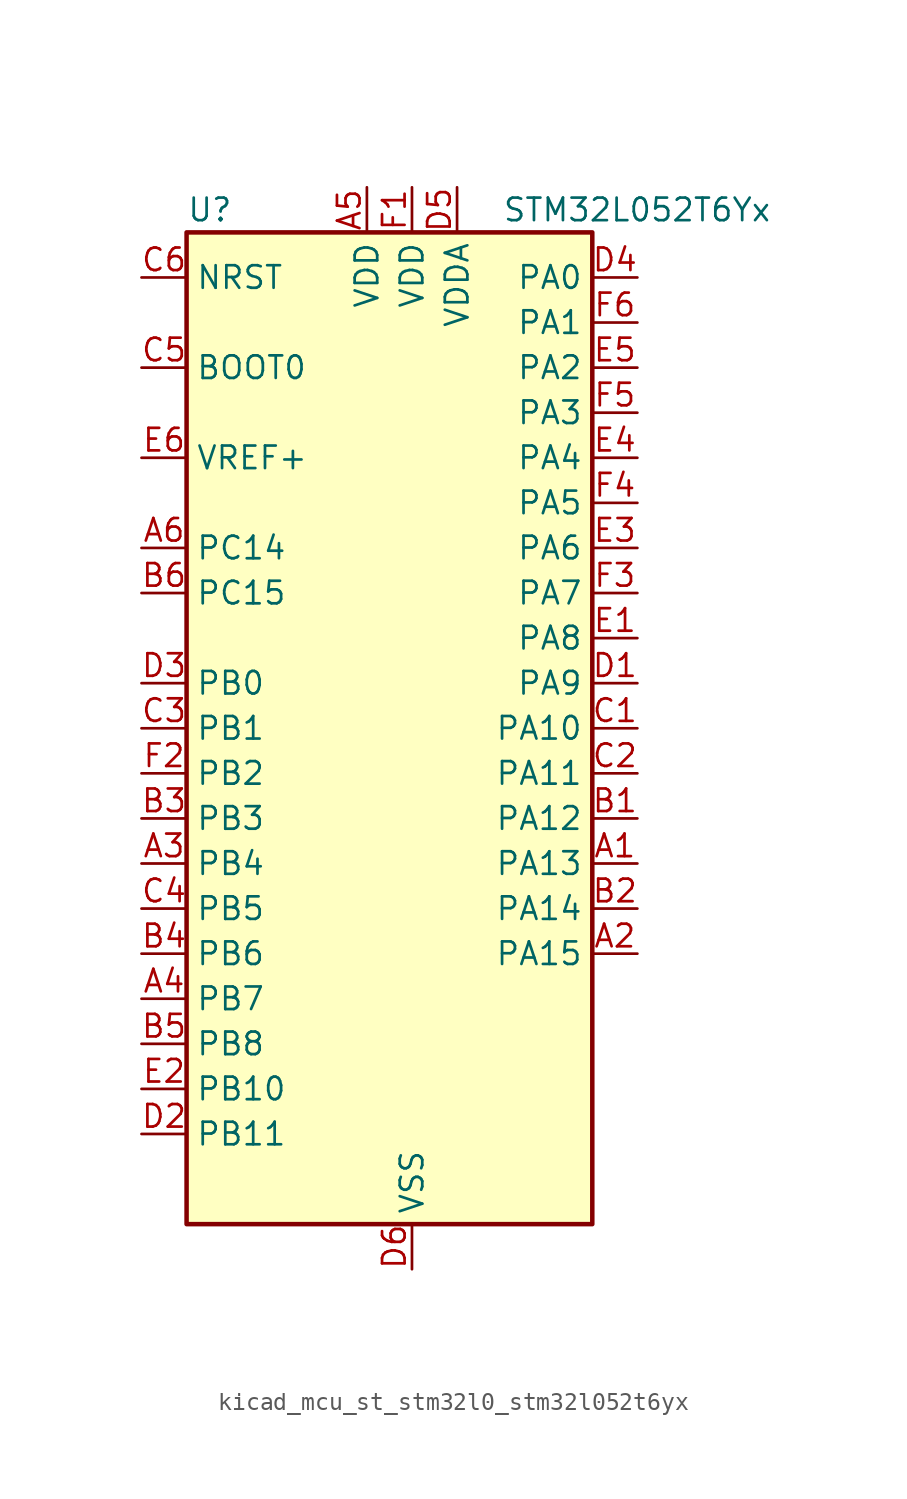
<source format=kicad_sym>
(kicad_symbol_lib
  (version 20220914)
  (generator kicad_symbol_editor)
  (symbol "kicad_mcu_st_stm32l0_stm32l052t6yx"
    (property "Reference" "U"
      (at -10.16 29.21 0)
      (effects (font (size 1.27 1.27)) (justify left)))
    (property "Value" "STM32L052T6Yx"
      (at 7.62 29.21 0)
      (effects (font (size 1.27 1.27)) (justify left)))
    (property "ki_locked" ""
      (at 0 0 0)
      (effects (font (size 1.27 1.27))))
    (symbol "kicad_mcu_st_stm32l0_stm32l052t6yx_0_1"
      (rectangle (start -10.16 -27.94) (end 12.7 27.94) (stroke (width 0.254) (type default)) (fill (type background))))
    (symbol "kicad_mcu_st_stm32l0_stm32l052t6yx_1_1"
      (pin bidirectional line (at 15.24 -7.62 180) (length 2.54) (name "PA13" (effects (font (size 1.27 1.27)))) (number "A1" (effects (font (size 1.27 1.27)))) (alternate "SYS_SWDIO" bidirectional line) (alternate "USB_NOE" bidirectional line))
      (pin bidirectional line (at 15.24 -12.7 180) (length 2.54) (name "PA15" (effects (font (size 1.27 1.27)))) (number "A2" (effects (font (size 1.27 1.27)))) (alternate "SPI1_NSS" bidirectional line) (alternate "TIM2_CH1" bidirectional line) (alternate "TIM2_ETR" bidirectional line) (alternate "USART2_RX" bidirectional line))
      (pin bidirectional line (at -12.7 -7.62 0) (length 2.54) (name "PB4" (effects (font (size 1.27 1.27)))) (number "A3" (effects (font (size 1.27 1.27)))) (alternate "COMP2_INP" bidirectional line) (alternate "SPI1_MISO" bidirectional line) (alternate "TIM22_CH1" bidirectional line) (alternate "TSC_G5_IO2" bidirectional line))
      (pin bidirectional line (at -12.7 -15.24 0) (length 2.54) (name "PB7" (effects (font (size 1.27 1.27)))) (number "A4" (effects (font (size 1.27 1.27)))) (alternate "COMP2_INP" bidirectional line) (alternate "I2C1_SDA" bidirectional line) (alternate "LPTIM1_IN2" bidirectional line) (alternate "SYS_PVD_IN" bidirectional line) (alternate "TSC_G5_IO4" bidirectional line) (alternate "USART1_RX" bidirectional line))
      (pin power_in line (at 0 30.48 270) (length 2.54) (name "VDD" (effects (font (size 1.27 1.27)))) (number "A5" (effects (font (size 1.27 1.27)))))
      (pin bidirectional line (at -12.7 10.16 0) (length 2.54) (name "PC14" (effects (font (size 1.27 1.27)))) (number "A6" (effects (font (size 1.27 1.27)))) (alternate "RCC_OSC32_IN" bidirectional line))
      (pin bidirectional line (at 15.24 -5.08 180) (length 2.54) (name "PA12" (effects (font (size 1.27 1.27)))) (number "B1" (effects (font (size 1.27 1.27)))) (alternate "COMP2_OUT" bidirectional line) (alternate "SPI1_MOSI" bidirectional line) (alternate "TSC_G4_IO4" bidirectional line) (alternate "USART1_DE" bidirectional line) (alternate "USART1_RTS" bidirectional line) (alternate "USB_DP" bidirectional line))
      (pin bidirectional line (at 15.24 -10.16 180) (length 2.54) (name "PA14" (effects (font (size 1.27 1.27)))) (number "B2" (effects (font (size 1.27 1.27)))) (alternate "SYS_SWCLK" bidirectional line) (alternate "USART2_TX" bidirectional line))
      (pin bidirectional line (at -12.7 -5.08 0) (length 2.54) (name "PB3" (effects (font (size 1.27 1.27)))) (number "B3" (effects (font (size 1.27 1.27)))) (alternate "COMP2_INM" bidirectional line) (alternate "SPI1_SCK" bidirectional line) (alternate "TIM2_CH2" bidirectional line) (alternate "TSC_G5_IO1" bidirectional line))
      (pin bidirectional line (at -12.7 -12.7 0) (length 2.54) (name "PB6" (effects (font (size 1.27 1.27)))) (number "B4" (effects (font (size 1.27 1.27)))) (alternate "COMP2_INP" bidirectional line) (alternate "I2C1_SCL" bidirectional line) (alternate "LPTIM1_ETR" bidirectional line) (alternate "TSC_G5_IO3" bidirectional line) (alternate "USART1_TX" bidirectional line))
      (pin bidirectional line (at -12.7 -17.78 0) (length 2.54) (name "PB8" (effects (font (size 1.27 1.27)))) (number "B5" (effects (font (size 1.27 1.27)))) (alternate "I2C1_SCL" bidirectional line) (alternate "TSC_SYNC" bidirectional line))
      (pin bidirectional line (at -12.7 7.62 0) (length 2.54) (name "PC15" (effects (font (size 1.27 1.27)))) (number "B6" (effects (font (size 1.27 1.27)))) (alternate "RCC_OSC32_OUT" bidirectional line))
      (pin bidirectional line (at 15.24 0 180) (length 2.54) (name "PA10" (effects (font (size 1.27 1.27)))) (number "C1" (effects (font (size 1.27 1.27)))) (alternate "TSC_G4_IO2" bidirectional line) (alternate "USART1_RX" bidirectional line))
      (pin bidirectional line (at 15.24 -2.54 180) (length 2.54) (name "PA11" (effects (font (size 1.27 1.27)))) (number "C2" (effects (font (size 1.27 1.27)))) (alternate "ADC_EXTI11" bidirectional line) (alternate "COMP1_OUT" bidirectional line) (alternate "SPI1_MISO" bidirectional line) (alternate "TSC_G4_IO3" bidirectional line) (alternate "USART1_CTS" bidirectional line) (alternate "USB_DM" bidirectional line))
      (pin bidirectional line (at -12.7 0 0) (length 2.54) (name "PB1" (effects (font (size 1.27 1.27)))) (number "C3" (effects (font (size 1.27 1.27)))) (alternate "ADC_IN9" bidirectional line) (alternate "LPUART1_DE" bidirectional line) (alternate "LPUART1_RTS" bidirectional line) (alternate "SYS_VREF_OUT_PB1" bidirectional line) (alternate "TSC_G3_IO3" bidirectional line))
      (pin bidirectional line (at -12.7 -10.16 0) (length 2.54) (name "PB5" (effects (font (size 1.27 1.27)))) (number "C4" (effects (font (size 1.27 1.27)))) (alternate "COMP2_INP" bidirectional line) (alternate "I2C1_SMBA" bidirectional line) (alternate "LPTIM1_IN1" bidirectional line) (alternate "SPI1_MOSI" bidirectional line) (alternate "TIM22_CH2" bidirectional line))
      (pin input line (at -12.7 20.32 0) (length 2.54) (name "BOOT0" (effects (font (size 1.27 1.27)))) (number "C5" (effects (font (size 1.27 1.27)))))
      (pin input line (at -12.7 25.4 0) (length 2.54) (name "NRST" (effects (font (size 1.27 1.27)))) (number "C6" (effects (font (size 1.27 1.27)))))
      (pin bidirectional line (at 15.24 2.54 180) (length 2.54) (name "PA9" (effects (font (size 1.27 1.27)))) (number "D1" (effects (font (size 1.27 1.27)))) (alternate "DAC_EXTI9" bidirectional line) (alternate "RCC_MCO" bidirectional line) (alternate "TSC_G4_IO1" bidirectional line) (alternate "USART1_TX" bidirectional line))
      (pin bidirectional line (at -12.7 -22.86 0) (length 2.54) (name "PB11" (effects (font (size 1.27 1.27)))) (number "D2" (effects (font (size 1.27 1.27)))) (alternate "ADC_EXTI11" bidirectional line) (alternate "I2C2_SDA" bidirectional line) (alternate "LPUART1_RX" bidirectional line) (alternate "TIM2_CH4" bidirectional line) (alternate "TSC_G6_IO1" bidirectional line))
      (pin bidirectional line (at -12.7 2.54 0) (length 2.54) (name "PB0" (effects (font (size 1.27 1.27)))) (number "D3" (effects (font (size 1.27 1.27)))) (alternate "ADC_IN8" bidirectional line) (alternate "SYS_VREF_OUT_PB0" bidirectional line) (alternate "TSC_G3_IO2" bidirectional line))
      (pin bidirectional line (at 15.24 25.4 180) (length 2.54) (name "PA0" (effects (font (size 1.27 1.27)))) (number "D4" (effects (font (size 1.27 1.27)))) (alternate "ADC_IN0" bidirectional line) (alternate "COMP1_INM" bidirectional line) (alternate "COMP1_OUT" bidirectional line) (alternate "RTC_TAMP2" bidirectional line) (alternate "SYS_WKUP1" bidirectional line) (alternate "TIM2_CH1" bidirectional line) (alternate "TIM2_ETR" bidirectional line) (alternate "TSC_G1_IO1" bidirectional line) (alternate "USART2_CTS" bidirectional line))
      (pin power_in line (at 5.08 30.48 270) (length 2.54) (name "VDDA" (effects (font (size 1.27 1.27)))) (number "D5" (effects (font (size 1.27 1.27)))))
      (pin power_in line (at 2.54 -30.48 90) (length 2.54) (name "VSS" (effects (font (size 1.27 1.27)))) (number "D6" (effects (font (size 1.27 1.27)))))
      (pin bidirectional line (at 15.24 5.08 180) (length 2.54) (name "PA8" (effects (font (size 1.27 1.27)))) (number "E1" (effects (font (size 1.27 1.27)))) (alternate "CRS_SYNC" bidirectional line) (alternate "RCC_MCO" bidirectional line) (alternate "USART1_CK" bidirectional line))
      (pin bidirectional line (at -12.7 -20.32 0) (length 2.54) (name "PB10" (effects (font (size 1.27 1.27)))) (number "E2" (effects (font (size 1.27 1.27)))) (alternate "I2C2_SCL" bidirectional line) (alternate "LPUART1_TX" bidirectional line) (alternate "TIM2_CH3" bidirectional line) (alternate "TSC_SYNC" bidirectional line))
      (pin bidirectional line (at 15.24 10.16 180) (length 2.54) (name "PA6" (effects (font (size 1.27 1.27)))) (number "E3" (effects (font (size 1.27 1.27)))) (alternate "ADC_IN6" bidirectional line) (alternate "COMP1_OUT" bidirectional line) (alternate "LPUART1_CTS" bidirectional line) (alternate "SPI1_MISO" bidirectional line) (alternate "TIM22_CH1" bidirectional line) (alternate "TSC_G2_IO3" bidirectional line))
      (pin bidirectional line (at 15.24 15.24 180) (length 2.54) (name "PA4" (effects (font (size 1.27 1.27)))) (number "E4" (effects (font (size 1.27 1.27)))) (alternate "ADC_IN4" bidirectional line) (alternate "COMP1_INM" bidirectional line) (alternate "COMP2_INM" bidirectional line) (alternate "DAC_OUT1" bidirectional line) (alternate "SPI1_NSS" bidirectional line) (alternate "TIM22_ETR" bidirectional line) (alternate "TSC_G2_IO1" bidirectional line) (alternate "USART2_CK" bidirectional line))
      (pin bidirectional line (at 15.24 20.32 180) (length 2.54) (name "PA2" (effects (font (size 1.27 1.27)))) (number "E5" (effects (font (size 1.27 1.27)))) (alternate "ADC_IN2" bidirectional line) (alternate "COMP2_INM" bidirectional line) (alternate "COMP2_OUT" bidirectional line) (alternate "TIM21_CH1" bidirectional line) (alternate "TIM2_CH3" bidirectional line) (alternate "TSC_G1_IO3" bidirectional line) (alternate "USART2_TX" bidirectional line))
      (pin input line (at -12.7 15.24 0) (length 2.54) (name "VREF+" (effects (font (size 1.27 1.27)))) (number "E6" (effects (font (size 1.27 1.27)))))
      (pin power_in line (at 2.54 30.48 270) (length 2.54) (name "VDD" (effects (font (size 1.27 1.27)))) (number "F1" (effects (font (size 1.27 1.27)))))
      (pin bidirectional line (at -12.7 -2.54 0) (length 2.54) (name "PB2" (effects (font (size 1.27 1.27)))) (number "F2" (effects (font (size 1.27 1.27)))) (alternate "LPTIM1_OUT" bidirectional line) (alternate "TSC_G3_IO4" bidirectional line))
      (pin bidirectional line (at 15.24 7.62 180) (length 2.54) (name "PA7" (effects (font (size 1.27 1.27)))) (number "F3" (effects (font (size 1.27 1.27)))) (alternate "ADC_IN7" bidirectional line) (alternate "COMP2_OUT" bidirectional line) (alternate "SPI1_MOSI" bidirectional line) (alternate "TIM22_CH2" bidirectional line) (alternate "TSC_G2_IO4" bidirectional line))
      (pin bidirectional line (at 15.24 12.7 180) (length 2.54) (name "PA5" (effects (font (size 1.27 1.27)))) (number "F4" (effects (font (size 1.27 1.27)))) (alternate "ADC_IN5" bidirectional line) (alternate "COMP1_INM" bidirectional line) (alternate "COMP2_INM" bidirectional line) (alternate "SPI1_SCK" bidirectional line) (alternate "TIM2_CH1" bidirectional line) (alternate "TIM2_ETR" bidirectional line) (alternate "TSC_G2_IO2" bidirectional line))
      (pin bidirectional line (at 15.24 17.78 180) (length 2.54) (name "PA3" (effects (font (size 1.27 1.27)))) (number "F5" (effects (font (size 1.27 1.27)))) (alternate "ADC_IN3" bidirectional line) (alternate "COMP2_INP" bidirectional line) (alternate "TIM21_CH2" bidirectional line) (alternate "TIM2_CH4" bidirectional line) (alternate "TSC_G1_IO4" bidirectional line) (alternate "USART2_RX" bidirectional line))
      (pin bidirectional line (at 15.24 22.86 180) (length 2.54) (name "PA1" (effects (font (size 1.27 1.27)))) (number "F6" (effects (font (size 1.27 1.27)))) (alternate "ADC_IN1" bidirectional line) (alternate "COMP1_INP" bidirectional line) (alternate "TIM21_ETR" bidirectional line) (alternate "TIM2_CH2" bidirectional line) (alternate "TSC_G1_IO2" bidirectional line) (alternate "USART2_DE" bidirectional line) (alternate "USART2_RTS" bidirectional line)))))
</source>
